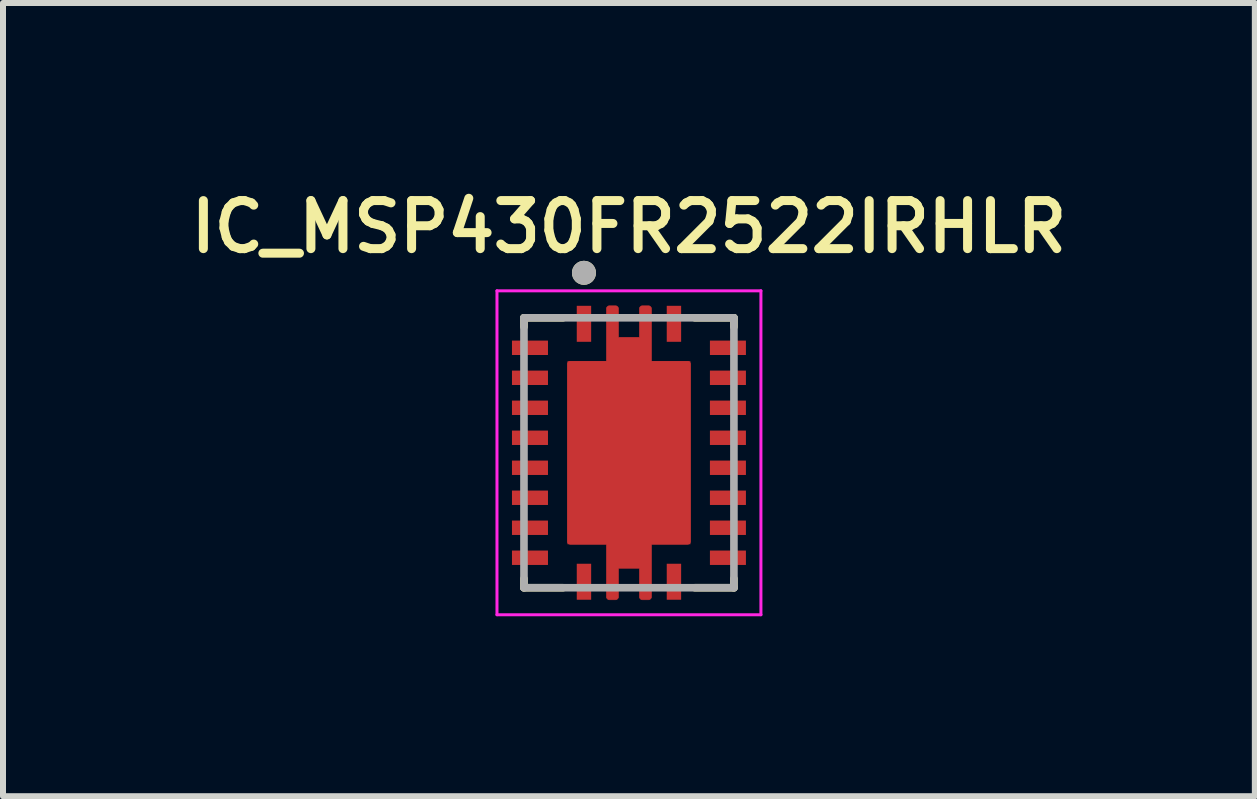
<source format=kicad_pcb>
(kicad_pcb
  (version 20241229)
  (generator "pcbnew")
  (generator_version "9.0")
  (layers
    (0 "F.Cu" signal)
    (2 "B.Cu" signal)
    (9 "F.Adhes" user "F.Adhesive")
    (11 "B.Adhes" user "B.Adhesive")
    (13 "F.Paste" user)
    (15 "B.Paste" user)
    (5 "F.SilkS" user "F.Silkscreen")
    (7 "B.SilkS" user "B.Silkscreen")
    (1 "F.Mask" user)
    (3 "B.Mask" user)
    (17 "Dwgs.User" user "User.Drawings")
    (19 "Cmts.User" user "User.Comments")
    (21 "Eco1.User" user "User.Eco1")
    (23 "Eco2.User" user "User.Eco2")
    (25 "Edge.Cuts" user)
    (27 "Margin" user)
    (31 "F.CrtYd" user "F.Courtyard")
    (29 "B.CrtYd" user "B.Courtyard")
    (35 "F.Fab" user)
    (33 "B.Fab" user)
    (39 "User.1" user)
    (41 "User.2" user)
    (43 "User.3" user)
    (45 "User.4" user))
  (footprint "IC_MSP430FR2522IRHLR"
    (layer "F.Cu")
    (at 7.435 4.498)
    (property "Reference" "IC_MSP430FR2522IRHLR" (at 0 -3.766 0) (layer "F.SilkS") (effects (font (size 0.801 0.801) (thickness 0.15))))
    (attr through_hole)
    (fp_poly (pts (xy -0.375 -1.525) (xy -0.375 -2.4) (xy -0.375 -2.403) (xy -0.375 -2.405) (xy -0.374 -2.408) (xy -0.374 -2.41) (xy -0.373 -2.413) (xy -0.373 -2.415) (xy -0.372 -2.418) (xy -0.371 -2.42) (xy -0.37 -2.423) (xy -0.368 -2.425) (xy -0.367 -2.427) (xy -0.365 -2.429) (xy -0.364 -2.431) (xy -0.362 -2.433) (xy -0.36 -2.435) (xy -0.358 -2.437) (xy -0.356 -2.439) (xy -0.354 -2.44) (xy -0.352 -2.442) (xy -0.35 -2.443) (xy -0.348 -2.445) (xy -0.345 -2.446) (xy -0.343 -2.447) (xy -0.34 -2.448) (xy -0.338 -2.448) (xy -0.335 -2.449) (xy -0.333 -2.449) (xy -0.33 -2.45) (xy -0.328 -2.45) (xy -0.325 -2.45) (xy -0.225 -2.45) (xy -0.222 -2.45) (xy -0.22 -2.45) (xy -0.217 -2.449) (xy -0.215 -2.449) (xy -0.212 -2.448) (xy -0.21 -2.448) (xy -0.207 -2.447) (xy -0.205 -2.446) (xy -0.202 -2.445) (xy -0.2 -2.443) (xy -0.198 -2.442) (xy -0.196 -2.44) (xy -0.194 -2.439) (xy -0.192 -2.437) (xy -0.19 -2.435) (xy -0.188 -2.433) (xy -0.186 -2.431) (xy -0.185 -2.429) (xy -0.183 -2.427) (xy -0.182 -2.425) (xy -0.18 -2.423) (xy -0.179 -2.42) (xy -0.178 -2.418) (xy -0.177 -2.415) (xy -0.177 -2.413) (xy -0.176 -2.41) (xy -0.176 -2.408) (xy -0.175 -2.405) (xy -0.175 -2.403) (xy -0.175 -2.4) (xy -0.175 -1.925) (xy 0.175 -1.925) (xy 0.175 -2.4) (xy 0.175 -2.403) (xy 0.175 -2.405) (xy 0.176 -2.408) (xy 0.176 -2.41) (xy 0.177 -2.413) (xy 0.177 -2.415) (xy 0.178 -2.418) (xy 0.179 -2.42) (xy 0.18 -2.423) (xy 0.182 -2.425) (xy 0.183 -2.427) (xy 0.185 -2.429) (xy 0.186 -2.431) (xy 0.188 -2.433) (xy 0.19 -2.435) (xy 0.192 -2.437) (xy 0.194 -2.439) (xy 0.196 -2.44) (xy 0.198 -2.442) (xy 0.2 -2.443) (xy 0.202 -2.445) (xy 0.205 -2.446) (xy 0.207 -2.447) (xy 0.21 -2.448) (xy 0.212 -2.448) (xy 0.215 -2.449) (xy 0.217 -2.449) (xy 0.22 -2.45) (xy 0.222 -2.45) (xy 0.225 -2.45) (xy 0.325 -2.45) (xy 0.328 -2.45) (xy 0.33 -2.45) (xy 0.333 -2.449) (xy 0.335 -2.449) (xy 0.338 -2.448) (xy 0.34 -2.448) (xy 0.343 -2.447) (xy 0.345 -2.446) (xy 0.348 -2.445) (xy 0.35 -2.443) (xy 0.352 -2.442) (xy 0.354 -2.44) (xy 0.356 -2.439) (xy 0.358 -2.437) (xy 0.36 -2.435) (xy 0.362 -2.433) (xy 0.364 -2.431) (xy 0.365 -2.429) (xy 0.367 -2.427) (xy 0.368 -2.425) (xy 0.37 -2.423) (xy 0.371 -2.42) (xy 0.372 -2.418) (xy 0.373 -2.415) (xy 0.373 -2.413) (xy 0.374 -2.41) (xy 0.374 -2.408) (xy 0.375 -2.405) (xy 0.375 -2.403) (xy 0.375 -2.4) (xy 0.375 -1.525) (xy 0.975 -1.525) (xy 0.978 -1.525) (xy 0.98 -1.525) (xy 0.983 -1.524) (xy 0.985 -1.524) (xy 0.988 -1.523) (xy 0.99 -1.523) (xy 0.993 -1.522) (xy 0.995 -1.521) (xy 0.998 -1.52) (xy 1 -1.518) (xy 1.002 -1.517) (xy 1.004 -1.515) (xy 1.006 -1.514) (xy 1.008 -1.512) (xy 1.01 -1.51) (xy 1.012 -1.508) (xy 1.014 -1.506) (xy 1.015 -1.504) (xy 1.017 -1.502) (xy 1.018 -1.5) (xy 1.02 -1.498) (xy 1.021 -1.495) (xy 1.022 -1.493) (xy 1.023 -1.49) (xy 1.023 -1.488) (xy 1.024 -1.485) (xy 1.024 -1.483) (xy 1.025 -1.48) (xy 1.025 -1.478) (xy 1.025 -1.475) (xy 1.025 1.475) (xy 1.025 1.478) (xy 1.025 1.48) (xy 1.024 1.483) (xy 1.024 1.485) (xy 1.023 1.488) (xy 1.023 1.49) (xy 1.022 1.493) (xy 1.021 1.495) (xy 1.02 1.498) (xy 1.018 1.5) (xy 1.017 1.502) (xy 1.015 1.504) (xy 1.014 1.506) (xy 1.012 1.508) (xy 1.01 1.51) (xy 1.008 1.512) (xy 1.006 1.514) (xy 1.004 1.515) (xy 1.002 1.517) (xy 1 1.518) (xy 0.998 1.52) (xy 0.995 1.521) (xy 0.993 1.522) (xy 0.99 1.523) (xy 0.988 1.523) (xy 0.985 1.524) (xy 0.983 1.524) (xy 0.98 1.525) (xy 0.978 1.525) (xy 0.975 1.525) (xy 0.375 1.525) (xy 0.375 2.4) (xy 0.375 2.403) (xy 0.375 2.405) (xy 0.374 2.408) (xy 0.374 2.41) (xy 0.373 2.413) (xy 0.373 2.415) (xy 0.372 2.418) (xy 0.371 2.42) (xy 0.37 2.423) (xy 0.368 2.425) (xy 0.367 2.427) (xy 0.365 2.429) (xy 0.364 2.431) (xy 0.362 2.433) (xy 0.36 2.435) (xy 0.358 2.437) (xy 0.356 2.439) (xy 0.354 2.44) (xy 0.352 2.442) (xy 0.35 2.443) (xy 0.348 2.445) (xy 0.345 2.446) (xy 0.343 2.447) (xy 0.34 2.448) (xy 0.338 2.448) (xy 0.335 2.449) (xy 0.333 2.449) (xy 0.33 2.45) (xy 0.328 2.45) (xy 0.325 2.45) (xy 0.225 2.45) (xy 0.222 2.45) (xy 0.22 2.45) (xy 0.217 2.449) (xy 0.215 2.449) (xy 0.212 2.448) (xy 0.21 2.448) (xy 0.207 2.447) (xy 0.205 2.446) (xy 0.202 2.445) (xy 0.2 2.443) (xy 0.198 2.442) (xy 0.196 2.44) (xy 0.194 2.439) (xy 0.192 2.437) (xy 0.19 2.435) (xy 0.188 2.433) (xy 0.186 2.431) (xy 0.185 2.429) (xy 0.183 2.427) (xy 0.182 2.425) (xy 0.18 2.423) (xy 0.179 2.42) (xy 0.178 2.418) (xy 0.177 2.415) (xy 0.177 2.413) (xy 0.176 2.41) (xy 0.176 2.408) (xy 0.175 2.405) (xy 0.175 2.403) (xy 0.175 2.4) (xy 0.175 1.925) (xy -0.175 1.925) (xy -0.175 2.4) (xy -0.175 2.403) (xy -0.175 2.405) (xy -0.176 2.408) (xy -0.176 2.41) (xy -0.177 2.413) (xy -0.177 2.415) (xy -0.178 2.418) (xy -0.179 2.42) (xy -0.18 2.423) (xy -0.182 2.425) (xy -0.183 2.427) (xy -0.185 2.429) (xy -0.186 2.431) (xy -0.188 2.433) (xy -0.19 2.435) (xy -0.192 2.437) (xy -0.194 2.439) (xy -0.196 2.44) (xy -0.198 2.442) (xy -0.2 2.443) (xy -0.202 2.445) (xy -0.205 2.446) (xy -0.207 2.447) (xy -0.21 2.448) (xy -0.212 2.448) (xy -0.215 2.449) (xy -0.217 2.449) (xy -0.22 2.45) (xy -0.222 2.45) (xy -0.225 2.45) (xy -0.325 2.45) (xy -0.328 2.45) (xy -0.33 2.45) (xy -0.333 2.449) (xy -0.335 2.449) (xy -0.338 2.448) (xy -0.34 2.448) (xy -0.343 2.447) (xy -0.345 2.446) (xy -0.348 2.445) (xy -0.35 2.443) (xy -0.352 2.442) (xy -0.354 2.44) (xy -0.356 2.439) (xy -0.358 2.437) (xy -0.36 2.435) (xy -0.362 2.433) (xy -0.364 2.431) (xy -0.365 2.429) (xy -0.367 2.427) (xy -0.368 2.425) (xy -0.37 2.423) (xy -0.371 2.42) (xy -0.372 2.418) (xy -0.373 2.415) (xy -0.373 2.413) (xy -0.374 2.41) (xy -0.374 2.408) (xy -0.375 2.405) (xy -0.375 2.403) (xy -0.375 2.4) (xy -0.375 1.525) (xy -0.975 1.525) (xy -0.978 1.525) (xy -0.98 1.525) (xy -0.983 1.524) (xy -0.985 1.524) (xy -0.988 1.523) (xy -0.99 1.523) (xy -0.993 1.522) (xy -0.995 1.521) (xy -0.998 1.52) (xy -1 1.518) (xy -1.002 1.517) (xy -1.004 1.515) (xy -1.006 1.514) (xy -1.008 1.512) (xy -1.01 1.51) (xy -1.012 1.508) (xy -1.014 1.506) (xy -1.015 1.504) (xy -1.017 1.502) (xy -1.018 1.5) (xy -1.02 1.498) (xy -1.021 1.495) (xy -1.022 1.493) (xy -1.023 1.49) (xy -1.023 1.488) (xy -1.024 1.485) (xy -1.024 1.483) (xy -1.025 1.48) (xy -1.025 1.478) (xy -1.025 1.475) (xy -1.025 -1.475) (xy -1.025 -1.478) (xy -1.025 -1.48) (xy -1.024 -1.483) (xy -1.024 -1.485) (xy -1.023 -1.488) (xy -1.023 -1.49) (xy -1.022 -1.493) (xy -1.021 -1.495) (xy -1.02 -1.498) (xy -1.018 -1.5) (xy -1.017 -1.502) (xy -1.015 -1.504) (xy -1.014 -1.506) (xy -1.012 -1.508) (xy -1.01 -1.51) (xy -1.008 -1.512) (xy -1.006 -1.514) (xy -1.004 -1.515) (xy -1.002 -1.517) (xy -1 -1.518) (xy -0.998 -1.52) (xy -0.995 -1.521) (xy -0.993 -1.522) (xy -0.99 -1.523) (xy -0.988 -1.523) (xy -0.985 -1.524) (xy -0.983 -1.524) (xy -0.98 -1.525) (xy -0.978 -1.525) (xy -0.975 -1.525) (xy -0.375 -1.525)) (stroke (width 0.01) (type solid)) (fill yes) (layer "F.Cu"))
    (fp_poly (pts (xy -0.477 -1.627) (xy -0.477 -2.4) (xy -0.477 -2.408) (xy -0.476 -2.416) (xy -0.475 -2.424) (xy -0.474 -2.432) (xy -0.472 -2.439) (xy -0.47 -2.447) (xy -0.467 -2.454) (xy -0.464 -2.462) (xy -0.46 -2.469) (xy -0.457 -2.476) (xy -0.452 -2.483) (xy -0.448 -2.489) (xy -0.443 -2.496) (xy -0.438 -2.502) (xy -0.432 -2.507) (xy -0.427 -2.513) (xy -0.421 -2.518) (xy -0.414 -2.523) (xy -0.408 -2.527) (xy -0.401 -2.532) (xy -0.394 -2.535) (xy -0.387 -2.539) (xy -0.379 -2.542) (xy -0.372 -2.545) (xy -0.364 -2.547) (xy -0.357 -2.549) (xy -0.349 -2.55) (xy -0.341 -2.551) (xy -0.333 -2.552) (xy -0.325 -2.552) (xy -0.225 -2.552) (xy -0.217 -2.552) (xy -0.209 -2.551) (xy -0.201 -2.55) (xy -0.193 -2.549) (xy -0.186 -2.547) (xy -0.178 -2.545) (xy -0.171 -2.542) (xy -0.163 -2.539) (xy -0.156 -2.535) (xy -0.149 -2.532) (xy -0.142 -2.527) (xy -0.136 -2.523) (xy -0.129 -2.518) (xy -0.123 -2.513) (xy -0.118 -2.507) (xy -0.112 -2.502) (xy -0.107 -2.496) (xy -0.102 -2.489) (xy -0.098 -2.483) (xy -0.093 -2.476) (xy -0.09 -2.469) (xy -0.086 -2.462) (xy -0.083 -2.454) (xy -0.08 -2.447) (xy -0.078 -2.439) (xy -0.076 -2.432) (xy -0.075 -2.424) (xy -0.074 -2.416) (xy -0.073 -2.408) (xy -0.073 -2.4) (xy -0.073 -2.027) (xy 0.072 -2.027) (xy 0.073 -2.027) (xy 0.073 -2.402) (xy 0.073 -2.41) (xy 0.074 -2.418) (xy 0.075 -2.425) (xy 0.076 -2.433) (xy 0.078 -2.441) (xy 0.08 -2.448) (xy 0.083 -2.456) (xy 0.086 -2.463) (xy 0.089 -2.47) (xy 0.093 -2.477) (xy 0.097 -2.484) (xy 0.102 -2.49) (xy 0.106 -2.496) (xy 0.112 -2.502) (xy 0.117 -2.508) (xy 0.123 -2.513) (xy 0.129 -2.519) (xy 0.135 -2.523) (xy 0.141 -2.528) (xy 0.148 -2.532) (xy 0.155 -2.536) (xy 0.162 -2.539) (xy 0.169 -2.542) (xy 0.177 -2.545) (xy 0.184 -2.547) (xy 0.192 -2.549) (xy 0.2 -2.55) (xy 0.207 -2.551) (xy 0.215 -2.552) (xy 0.223 -2.552) (xy 0.326 -2.552) (xy 0.334 -2.552) (xy 0.342 -2.551) (xy 0.35 -2.55) (xy 0.357 -2.549) (xy 0.365 -2.547) (xy 0.373 -2.545) (xy 0.38 -2.542) (xy 0.387 -2.539) (xy 0.395 -2.536) (xy 0.402 -2.532) (xy 0.408 -2.528) (xy 0.415 -2.523) (xy 0.421 -2.518) (xy 0.427 -2.513) (xy 0.433 -2.508) (xy 0.438 -2.502) (xy 0.443 -2.496) (xy 0.448 -2.49) (xy 0.453 -2.483) (xy 0.457 -2.477) (xy 0.461 -2.47) (xy 0.464 -2.462) (xy 0.467 -2.455) (xy 0.47 -2.448) (xy 0.472 -2.44) (xy 0.474 -2.432) (xy 0.475 -2.425) (xy 0.476 -2.417) (xy 0.477 -2.409) (xy 0.477 -2.401) (xy 0.477 -1.627) (xy 0.975 -1.627) (xy 0.983 -1.627) (xy 0.991 -1.626) (xy 0.999 -1.625) (xy 1.007 -1.624) (xy 1.014 -1.622) (xy 1.022 -1.62) (xy 1.029 -1.617) (xy 1.037 -1.614) (xy 1.044 -1.61) (xy 1.051 -1.607) (xy 1.058 -1.602) (xy 1.064 -1.598) (xy 1.071 -1.593) (xy 1.077 -1.588) (xy 1.082 -1.582) (xy 1.088 -1.577) (xy 1.093 -1.571) (xy 1.098 -1.564) (xy 1.102 -1.558) (xy 1.107 -1.551) (xy 1.11 -1.544) (xy 1.114 -1.537) (xy 1.117 -1.529) (xy 1.12 -1.522) (xy 1.122 -1.514) (xy 1.124 -1.507) (xy 1.125 -1.499) (xy 1.126 -1.491) (xy 1.127 -1.483) (xy 1.127 -1.475) (xy 1.127 1.476) (xy 1.127 1.484) (xy 1.126 1.492) (xy 1.125 1.499) (xy 1.124 1.507) (xy 1.122 1.515) (xy 1.12 1.522) (xy 1.117 1.53) (xy 1.114 1.537) (xy 1.111 1.544) (xy 1.107 1.551) (xy 1.103 1.558) (xy 1.098 1.564) (xy 1.094 1.57) (xy 1.088 1.576) (xy 1.083 1.582) (xy 1.077 1.587) (xy 1.071 1.593) (xy 1.065 1.597) (xy 1.059 1.602) (xy 1.052 1.606) (xy 1.045 1.61) (xy 1.038 1.613) (xy 1.031 1.616) (xy 1.023 1.619) (xy 1.016 1.621) (xy 1.008 1.623) (xy 1 1.624) (xy 0.993 1.625) (xy 0.985 1.626) (xy 0.977 1.626) (xy 0.478 1.626) (xy 0.478 1.626) (xy 0.478 1.626) (xy 0.478 1.626) (xy 0.478 1.626) (xy 0.478 1.626) (xy 0.478 1.626) (xy 0.478 1.626) (xy 0.478 1.626) (xy 0.478 1.626) (xy 0.477 1.626) (xy 0.477 1.626) (xy 0.477 1.626) (xy 0.477 1.626) (xy 0.477 1.626) (xy 0.477 1.626) (xy 0.477 1.626) (xy 0.477 1.626) (xy 0.477 1.626) (xy 0.477 1.626) (xy 0.477 1.627) (xy 0.477 1.627) (xy 0.477 1.627) (xy 0.477 1.627) (xy 0.477 1.627) (xy 0.477 1.627) (xy 0.477 1.627) (xy 0.477 1.627) (xy 0.477 1.627) (xy 0.477 1.627) (xy 0.477 1.627) (xy 0.477 2.401) (xy 0.477 2.409) (xy 0.476 2.417) (xy 0.475 2.424) (xy 0.474 2.432) (xy 0.472 2.44) (xy 0.47 2.447) (xy 0.467 2.455) (xy 0.464 2.462) (xy 0.461 2.469) (xy 0.457 2.476) (xy 0.453 2.483) (xy 0.448 2.489) (xy 0.444 2.495) (xy 0.438 2.501) (xy 0.433 2.507) (xy 0.427 2.512) (xy 0.421 2.518) (xy 0.415 2.522) (xy 0.409 2.527) (xy 0.402 2.531) (xy 0.395 2.535) (xy 0.388 2.538) (xy 0.381 2.541) (xy 0.373 2.544) (xy 0.366 2.546) (xy 0.358 2.548) (xy 0.35 2.549) (xy 0.343 2.55) (xy 0.335 2.551) (xy 0.327 2.551) (xy 0.222 2.551) (xy 0.214 2.551) (xy 0.206 2.55) (xy 0.199 2.549) (xy 0.191 2.548) (xy 0.183 2.546) (xy 0.176 2.544) (xy 0.169 2.541) (xy 0.161 2.538) (xy 0.154 2.535) (xy 0.147 2.531) (xy 0.141 2.527) (xy 0.134 2.523) (xy 0.128 2.518) (xy 0.122 2.513) (xy 0.117 2.507) (xy 0.111 2.502) (xy 0.106 2.496) (xy 0.101 2.49) (xy 0.097 2.483) (xy 0.093 2.477) (xy 0.089 2.47) (xy 0.086 2.463) (xy 0.083 2.455) (xy 0.08 2.448) (xy 0.078 2.441) (xy 0.076 2.433) (xy 0.075 2.425) (xy 0.074 2.418) (xy 0.073 2.41) (xy 0.073 2.402) (xy 0.073 2.027) (xy -0.072 2.027) (xy -0.072 2.027) (xy -0.072 2.027) (xy -0.072 2.027) (xy -0.072 2.027) (xy -0.072 2.027) (xy -0.072 2.027) (xy -0.072 2.027) (xy -0.072 2.027) (xy -0.072 2.027) (xy -0.072 2.027) (xy -0.073 2.027) (xy -0.073 2.027) (xy -0.073 2.027) (xy -0.073 2.027) (xy -0.073 2.027) (xy -0.073 2.027) (xy -0.073 2.027) (xy -0.073 2.027) (xy -0.073 2.027) (xy -0.073 2.027) (xy -0.073 2.028) (xy -0.073 2.028) (xy -0.073 2.028) (xy -0.073 2.028) (xy -0.073 2.028) (xy -0.073 2.028) (xy -0.073 2.028) (xy -0.073 2.028) (xy -0.073 2.028) (xy -0.073 2.028) (xy -0.073 2.401) (xy -0.073 2.409) (xy -0.074 2.417) (xy -0.075 2.424) (xy -0.076 2.432) (xy -0.078 2.44) (xy -0.08 2.447) (xy -0.083 2.455) (xy -0.086 2.462) (xy -0.089 2.469) (xy -0.093 2.476) (xy -0.097 2.483) (xy -0.102 2.489) (xy -0.106 2.495) (xy -0.112 2.501) (xy -0.117 2.507) (xy -0.123 2.512) (xy -0.129 2.518) (xy -0.135 2.522) (xy -0.141 2.527) (xy -0.148 2.531) (xy -0.155 2.535) (xy -0.162 2.538) (xy -0.169 2.541) (xy -0.177 2.544) (xy -0.184 2.546) (xy -0.192 2.548) (xy -0.2 2.549) (xy -0.207 2.55) (xy -0.215 2.551) (xy -0.223 2.551) (xy -0.329 2.551) (xy -0.337 2.551) (xy -0.344 2.55) (xy -0.352 2.549) (xy -0.36 2.548) (xy -0.367 2.546) (xy -0.375 2.544) (xy -0.382 2.541) (xy -0.389 2.538) (xy -0.396 2.535) (xy -0.403 2.531) (xy -0.41 2.527) (xy -0.416 2.523) (xy -0.422 2.518) (xy -0.428 2.513) (xy -0.434 2.508) (xy -0.439 2.502) (xy -0.444 2.496) (xy -0.449 2.49) (xy -0.453 2.484) (xy -0.457 2.477) (xy -0.461 2.47) (xy -0.464 2.463) (xy -0.467 2.456) (xy -0.47 2.449) (xy -0.472 2.441) (xy -0.474 2.434) (xy -0.475 2.426) (xy -0.476 2.418) (xy -0.477 2.411) (xy -0.477 2.403) (xy -0.477 1.627) (xy -0.975 1.627) (xy -0.983 1.627) (xy -0.991 1.626) (xy -0.999 1.625) (xy -1.007 1.624) (xy -1.014 1.622) (xy -1.022 1.62) (xy -1.029 1.617) (xy -1.037 1.614) (xy -1.044 1.61) (xy -1.051 1.607) (xy -1.058 1.602) (xy -1.064 1.598) (xy -1.071 1.593) (xy -1.077 1.588) (xy -1.082 1.582) (xy -1.088 1.577) (xy -1.093 1.571) (xy -1.098 1.564) (xy -1.102 1.558) (xy -1.107 1.551) (xy -1.11 1.544) (xy -1.114 1.537) (xy -1.117 1.529) (xy -1.12 1.522) (xy -1.122 1.514) (xy -1.124 1.507) (xy -1.125 1.499) (xy -1.126 1.491) (xy -1.127 1.483) (xy -1.127 1.475) (xy -1.127 -1.474) (xy -1.127 -1.482) (xy -1.126 -1.49) (xy -1.125 -1.498) (xy -1.124 -1.506) (xy -1.122 -1.513) (xy -1.12 -1.521) (xy -1.117 -1.528) (xy -1.114 -1.536) (xy -1.11 -1.543) (xy -1.107 -1.55) (xy -1.102 -1.557) (xy -1.098 -1.563) (xy -1.093 -1.57) (xy -1.088 -1.576) (xy -1.082 -1.581) (xy -1.077 -1.587) (xy -1.071 -1.592) (xy -1.064 -1.597) (xy -1.058 -1.601) (xy -1.051 -1.606) (xy -1.044 -1.609) (xy -1.037 -1.613) (xy -1.029 -1.616) (xy -1.022 -1.619) (xy -1.014 -1.621) (xy -1.007 -1.623) (xy -0.999 -1.624) (xy -0.991 -1.625) (xy -0.983 -1.626) (xy -0.975 -1.626) (xy -0.478 -1.626) (xy -0.478 -1.626) (xy -0.478 -1.626) (xy -0.478 -1.626) (xy -0.478 -1.626) (xy -0.478 -1.626) (xy -0.478 -1.626) (xy -0.478 -1.626) (xy -0.478 -1.626) (xy -0.478 -1.626) (xy -0.477 -1.626) (xy -0.477 -1.626) (xy -0.477 -1.626) (xy -0.477 -1.626) (xy -0.477 -1.626) (xy -0.477 -1.626) (xy -0.477 -1.626) (xy -0.477 -1.626) (xy -0.477 -1.626) (xy -0.477 -1.626) (xy -0.477 -1.627) (xy -0.477 -1.627) (xy -0.477 -1.627) (xy -0.477 -1.627) (xy -0.477 -1.627) (xy -0.477 -1.627) (xy -0.477 -1.627) (xy -0.477 -1.627) (xy -0.477 -1.627) (xy -0.477 -1.627) (xy -0.477 -1.627)) (stroke (width 0.01) (type solid)) (fill yes) (layer "F.Mask"))
    (fp_line (start -1.75 -2.25) (end -1.1 -2.25) (stroke (width 0.127) (type solid)) (layer "F.SilkS"))
    (fp_line (start -1.75 -2.1) (end -1.75 -2.25) (stroke (width 0.127) (type solid)) (layer "F.SilkS"))
    (fp_line (start -1.75 2.1) (end -1.75 2.25) (stroke (width 0.127) (type solid)) (layer "F.SilkS"))
    (fp_line (start -1.75 2.25) (end -1.1 2.25) (stroke (width 0.127) (type solid)) (layer "F.SilkS"))
    (fp_line (start 1.1 -2.25) (end 1.75 -2.25) (stroke (width 0.127) (type solid)) (layer "F.SilkS"))
    (fp_line (start 1.1 2.25) (end 1.75 2.25) (stroke (width 0.127) (type solid)) (layer "F.SilkS"))
    (fp_line (start 1.75 -2.25) (end 1.75 -2.1) (stroke (width 0.127) (type solid)) (layer "F.SilkS"))
    (fp_line (start 1.75 2.25) (end 1.75 2.1) (stroke (width 0.127) (type solid)) (layer "F.SilkS"))
    (fp_circle (center -0.75 -3) (end -0.65 -3) (stroke (width 0.2) (type solid)) (fill no) (layer "F.SilkS"))
    (fp_poly (pts (xy -1.02 -0.625) (xy -0.1 -0.625) (xy -0.1 -1.475) (xy -1.02 -1.475)) (stroke (width 0.01) (type solid)) (fill yes) (layer "F.Paste"))
    (fp_poly (pts (xy -1.02 0.425) (xy -0.1 0.425) (xy -0.1 -0.425) (xy -1.02 -0.425)) (stroke (width 0.01) (type solid)) (fill yes) (layer "F.Paste"))
    (fp_poly (pts (xy -1.02 1.475) (xy -0.1 1.475) (xy -0.1 0.625) (xy -1.02 0.625)) (stroke (width 0.01) (type solid)) (fill yes) (layer "F.Paste"))
    (fp_poly (pts (xy 0.1 -0.625) (xy 1.02 -0.625) (xy 1.02 -1.475) (xy 0.1 -1.475)) (stroke (width 0.01) (type solid)) (fill yes) (layer "F.Paste"))
    (fp_poly (pts (xy 0.1 0.425) (xy 1.02 0.425) (xy 1.02 -0.425) (xy 0.1 -0.425)) (stroke (width 0.01) (type solid)) (fill yes) (layer "F.Paste"))
    (fp_poly (pts (xy 0.1 1.475) (xy 1.02 1.475) (xy 1.02 0.625) (xy 0.1 0.625)) (stroke (width 0.01) (type solid)) (fill yes) (layer "F.Paste"))
    (fp_poly (pts (xy -0.375 -1.675) (xy -0.375 -2.4) (xy -0.375 -2.403) (xy -0.375 -2.405) (xy -0.374 -2.408) (xy -0.374 -2.41) (xy -0.373 -2.413) (xy -0.373 -2.415) (xy -0.372 -2.418) (xy -0.371 -2.42) (xy -0.37 -2.423) (xy -0.368 -2.425) (xy -0.367 -2.427) (xy -0.365 -2.429) (xy -0.364 -2.431) (xy -0.362 -2.433) (xy -0.36 -2.435) (xy -0.358 -2.437) (xy -0.356 -2.439) (xy -0.354 -2.44) (xy -0.352 -2.442) (xy -0.35 -2.443) (xy -0.348 -2.445) (xy -0.345 -2.446) (xy -0.343 -2.447) (xy -0.34 -2.448) (xy -0.338 -2.448) (xy -0.335 -2.449) (xy -0.333 -2.449) (xy -0.33 -2.45) (xy -0.328 -2.45) (xy -0.325 -2.45) (xy -0.225 -2.45) (xy -0.222 -2.45) (xy -0.22 -2.45) (xy -0.217 -2.449) (xy -0.215 -2.449) (xy -0.212 -2.448) (xy -0.21 -2.448) (xy -0.207 -2.447) (xy -0.205 -2.446) (xy -0.202 -2.445) (xy -0.2 -2.443) (xy -0.198 -2.442) (xy -0.196 -2.44) (xy -0.194 -2.439) (xy -0.192 -2.437) (xy -0.19 -2.435) (xy -0.188 -2.433) (xy -0.186 -2.431) (xy -0.185 -2.429) (xy -0.183 -2.427) (xy -0.182 -2.425) (xy -0.18 -2.423) (xy -0.179 -2.42) (xy -0.178 -2.418) (xy -0.177 -2.415) (xy -0.177 -2.413) (xy -0.176 -2.41) (xy -0.176 -2.408) (xy -0.175 -2.405) (xy -0.175 -2.403) (xy -0.175 -2.4) (xy -0.175 -1.925) (xy 0.175 -1.925) (xy 0.175 -2.4) (xy 0.175 -2.403) (xy 0.175 -2.405) (xy 0.176 -2.408) (xy 0.176 -2.41) (xy 0.177 -2.413) (xy 0.177 -2.415) (xy 0.178 -2.418) (xy 0.179 -2.42) (xy 0.18 -2.423) (xy 0.182 -2.425) (xy 0.183 -2.427) (xy 0.185 -2.429) (xy 0.186 -2.431) (xy 0.188 -2.433) (xy 0.19 -2.435) (xy 0.192 -2.437) (xy 0.194 -2.439) (xy 0.196 -2.44) (xy 0.198 -2.442) (xy 0.2 -2.443) (xy 0.202 -2.445) (xy 0.205 -2.446) (xy 0.207 -2.447) (xy 0.21 -2.448) (xy 0.212 -2.448) (xy 0.215 -2.449) (xy 0.217 -2.449) (xy 0.22 -2.45) (xy 0.222 -2.45) (xy 0.225 -2.45) (xy 0.325 -2.45) (xy 0.328 -2.45) (xy 0.33 -2.45) (xy 0.333 -2.449) (xy 0.335 -2.449) (xy 0.338 -2.448) (xy 0.34 -2.448) (xy 0.343 -2.447) (xy 0.345 -2.446) (xy 0.348 -2.445) (xy 0.35 -2.443) (xy 0.352 -2.442) (xy 0.354 -2.44) (xy 0.356 -2.439) (xy 0.358 -2.437) (xy 0.36 -2.435) (xy 0.362 -2.433) (xy 0.364 -2.431) (xy 0.365 -2.429) (xy 0.367 -2.427) (xy 0.368 -2.425) (xy 0.37 -2.423) (xy 0.371 -2.42) (xy 0.372 -2.418) (xy 0.373 -2.415) (xy 0.373 -2.413) (xy 0.374 -2.41) (xy 0.374 -2.408) (xy 0.375 -2.405) (xy 0.375 -2.403) (xy 0.375 -2.4) (xy 0.375 -1.675) (xy -0.375 -1.675)) (stroke (width 0.01) (type solid)) (fill yes) (layer "F.Paste"))
    (fp_poly (pts (xy 0.375 1.675) (xy 0.375 2.4) (xy 0.375 2.403) (xy 0.375 2.405) (xy 0.374 2.408) (xy 0.374 2.41) (xy 0.373 2.413) (xy 0.373 2.415) (xy 0.372 2.418) (xy 0.371 2.42) (xy 0.37 2.423) (xy 0.368 2.425) (xy 0.367 2.427) (xy 0.365 2.429) (xy 0.364 2.431) (xy 0.362 2.433) (xy 0.36 2.435) (xy 0.358 2.437) (xy 0.356 2.439) (xy 0.354 2.44) (xy 0.352 2.442) (xy 0.35 2.443) (xy 0.348 2.445) (xy 0.345 2.446) (xy 0.343 2.447) (xy 0.34 2.448) (xy 0.338 2.448) (xy 0.335 2.449) (xy 0.333 2.449) (xy 0.33 2.45) (xy 0.328 2.45) (xy 0.325 2.45) (xy 0.225 2.45) (xy 0.222 2.45) (xy 0.22 2.45) (xy 0.217 2.449) (xy 0.215 2.449) (xy 0.212 2.448) (xy 0.21 2.448) (xy 0.207 2.447) (xy 0.205 2.446) (xy 0.202 2.445) (xy 0.2 2.443) (xy 0.198 2.442) (xy 0.196 2.44) (xy 0.194 2.439) (xy 0.192 2.437) (xy 0.19 2.435) (xy 0.188 2.433) (xy 0.186 2.431) (xy 0.185 2.429) (xy 0.183 2.427) (xy 0.182 2.425) (xy 0.18 2.423) (xy 0.179 2.42) (xy 0.178 2.418) (xy 0.177 2.415) (xy 0.177 2.413) (xy 0.176 2.41) (xy 0.176 2.408) (xy 0.175 2.405) (xy 0.175 2.403) (xy 0.175 2.4) (xy 0.175 1.925) (xy -0.175 1.925) (xy -0.175 2.4) (xy -0.175 2.403) (xy -0.175 2.405) (xy -0.176 2.408) (xy -0.176 2.41) (xy -0.177 2.413) (xy -0.177 2.415) (xy -0.178 2.418) (xy -0.179 2.42) (xy -0.18 2.423) (xy -0.182 2.425) (xy -0.183 2.427) (xy -0.185 2.429) (xy -0.186 2.431) (xy -0.188 2.433) (xy -0.19 2.435) (xy -0.192 2.437) (xy -0.194 2.439) (xy -0.196 2.44) (xy -0.198 2.442) (xy -0.2 2.443) (xy -0.202 2.445) (xy -0.205 2.446) (xy -0.207 2.447) (xy -0.21 2.448) (xy -0.212 2.448) (xy -0.215 2.449) (xy -0.217 2.449) (xy -0.22 2.45) (xy -0.222 2.45) (xy -0.225 2.45) (xy -0.325 2.45) (xy -0.328 2.45) (xy -0.33 2.45) (xy -0.333 2.449) (xy -0.335 2.449) (xy -0.338 2.448) (xy -0.34 2.448) (xy -0.343 2.447) (xy -0.345 2.446) (xy -0.348 2.445) (xy -0.35 2.443) (xy -0.352 2.442) (xy -0.354 2.44) (xy -0.356 2.439) (xy -0.358 2.437) (xy -0.36 2.435) (xy -0.362 2.433) (xy -0.364 2.431) (xy -0.365 2.429) (xy -0.367 2.427) (xy -0.368 2.425) (xy -0.37 2.423) (xy -0.371 2.42) (xy -0.372 2.418) (xy -0.373 2.415) (xy -0.373 2.413) (xy -0.374 2.41) (xy -0.374 2.408) (xy -0.375 2.405) (xy -0.375 2.403) (xy -0.375 2.4) (xy -0.375 1.675) (xy 0.375 1.675)) (stroke (width 0.01) (type solid)) (fill yes) (layer "F.Paste"))
    (fp_line (start -2.2 -2.7) (end -2.2 2.7) (stroke (width 0.05) (type solid)) (layer "F.CrtYd"))
    (fp_line (start -2.2 2.7) (end 2.2 2.7) (stroke (width 0.05) (type solid)) (layer "F.CrtYd"))
    (fp_line (start 2.2 -2.7) (end -2.2 -2.7) (stroke (width 0.05) (type solid)) (layer "F.CrtYd"))
    (fp_line (start 2.2 2.7) (end 2.2 -2.7) (stroke (width 0.05) (type solid)) (layer "F.CrtYd"))
    (fp_line (start -1.75 -2.25) (end 1.75 -2.25) (stroke (width 0.127) (type solid)) (layer "F.Fab"))
    (fp_line (start -1.75 2.25) (end -1.75 -2.25) (stroke (width 0.127) (type solid)) (layer "F.Fab"))
    (fp_line (start 1.75 -2.25) (end 1.75 2.25) (stroke (width 0.127) (type solid)) (layer "F.Fab"))
    (fp_line (start 1.75 2.25) (end -1.75 2.25) (stroke (width 0.127) (type solid)) (layer "F.Fab"))
    (fp_circle (center -0.75 -3) (end -0.65 -3) (stroke (width 0.2) (type solid)) (fill no) (layer "F.Fab"))
    (pad "1" smd rect (at -0.75 -2.15) (size 0.24 0.6) (layers "F.Cu" "F.Mask" "F.Paste"))
    (pad "2" smd rect (at -1.65 -1.75) (size 0.6 0.24) (layers "F.Cu" "F.Mask" "F.Paste"))
    (pad "3" smd rect (at -1.65 -1.25) (size 0.6 0.24) (layers "F.Cu" "F.Mask" "F.Paste"))
    (pad "4" smd rect (at -1.65 -0.75) (size 0.6 0.24) (layers "F.Cu" "F.Mask" "F.Paste"))
    (pad "5" smd rect (at -1.65 -0.25) (size 0.6 0.24) (layers "F.Cu" "F.Mask" "F.Paste"))
    (pad "6" smd rect (at -1.65 0.25) (size 0.6 0.24) (layers "F.Cu" "F.Mask" "F.Paste"))
    (pad "7" smd rect (at -1.65 0.75) (size 0.6 0.24) (layers "F.Cu" "F.Mask" "F.Paste"))
    (pad "8" smd rect (at -1.65 1.25) (size 0.6 0.24) (layers "F.Cu" "F.Mask" "F.Paste"))
    (pad "9" smd rect (at -1.65 1.75) (size 0.6 0.24) (layers "F.Cu" "F.Mask" "F.Paste"))
    (pad "10" smd rect (at -0.75 2.15) (size 0.24 0.6) (layers "F.Cu" "F.Mask" "F.Paste"))
    (pad "11" smd rect (at 0.75 2.15) (size 0.24 0.6) (layers "F.Cu" "F.Mask" "F.Paste"))
    (pad "12" smd rect (at 1.65 1.75) (size 0.6 0.24) (layers "F.Cu" "F.Mask" "F.Paste"))
    (pad "13" smd rect (at 1.65 1.25) (size 0.6 0.24) (layers "F.Cu" "F.Mask" "F.Paste"))
    (pad "14" smd rect (at 1.65 0.75) (size 0.6 0.24) (layers "F.Cu" "F.Mask" "F.Paste"))
    (pad "15" smd rect (at 1.65 0.25) (size 0.6 0.24) (layers "F.Cu" "F.Mask" "F.Paste"))
    (pad "16" smd rect (at 1.65 -0.25) (size 0.6 0.24) (layers "F.Cu" "F.Mask" "F.Paste"))
    (pad "17" smd rect (at 1.65 -0.75) (size 0.6 0.24) (layers "F.Cu" "F.Mask" "F.Paste"))
    (pad "18" smd rect (at 1.65 -1.25) (size 0.6 0.24) (layers "F.Cu" "F.Mask" "F.Paste"))
    (pad "19" smd rect (at 1.65 -1.75) (size 0.6 0.24) (layers "F.Cu" "F.Mask" "F.Paste"))
    (pad "20" smd rect (at 0.75 -2.15) (size 0.24 0.6) (layers "F.Cu" "F.Mask" "F.Paste"))
    (pad "21" smd rect (at 0 0) (size 2.05 3.05) (layers "F.Cu" "F.Mask")))
  (gr_rect
    (start -3 -3)
    (end 17.869 10.223)
    (stroke (width 0.1) (type default))
    (fill no)
    (layer "Edge.Cuts")))
</source>
